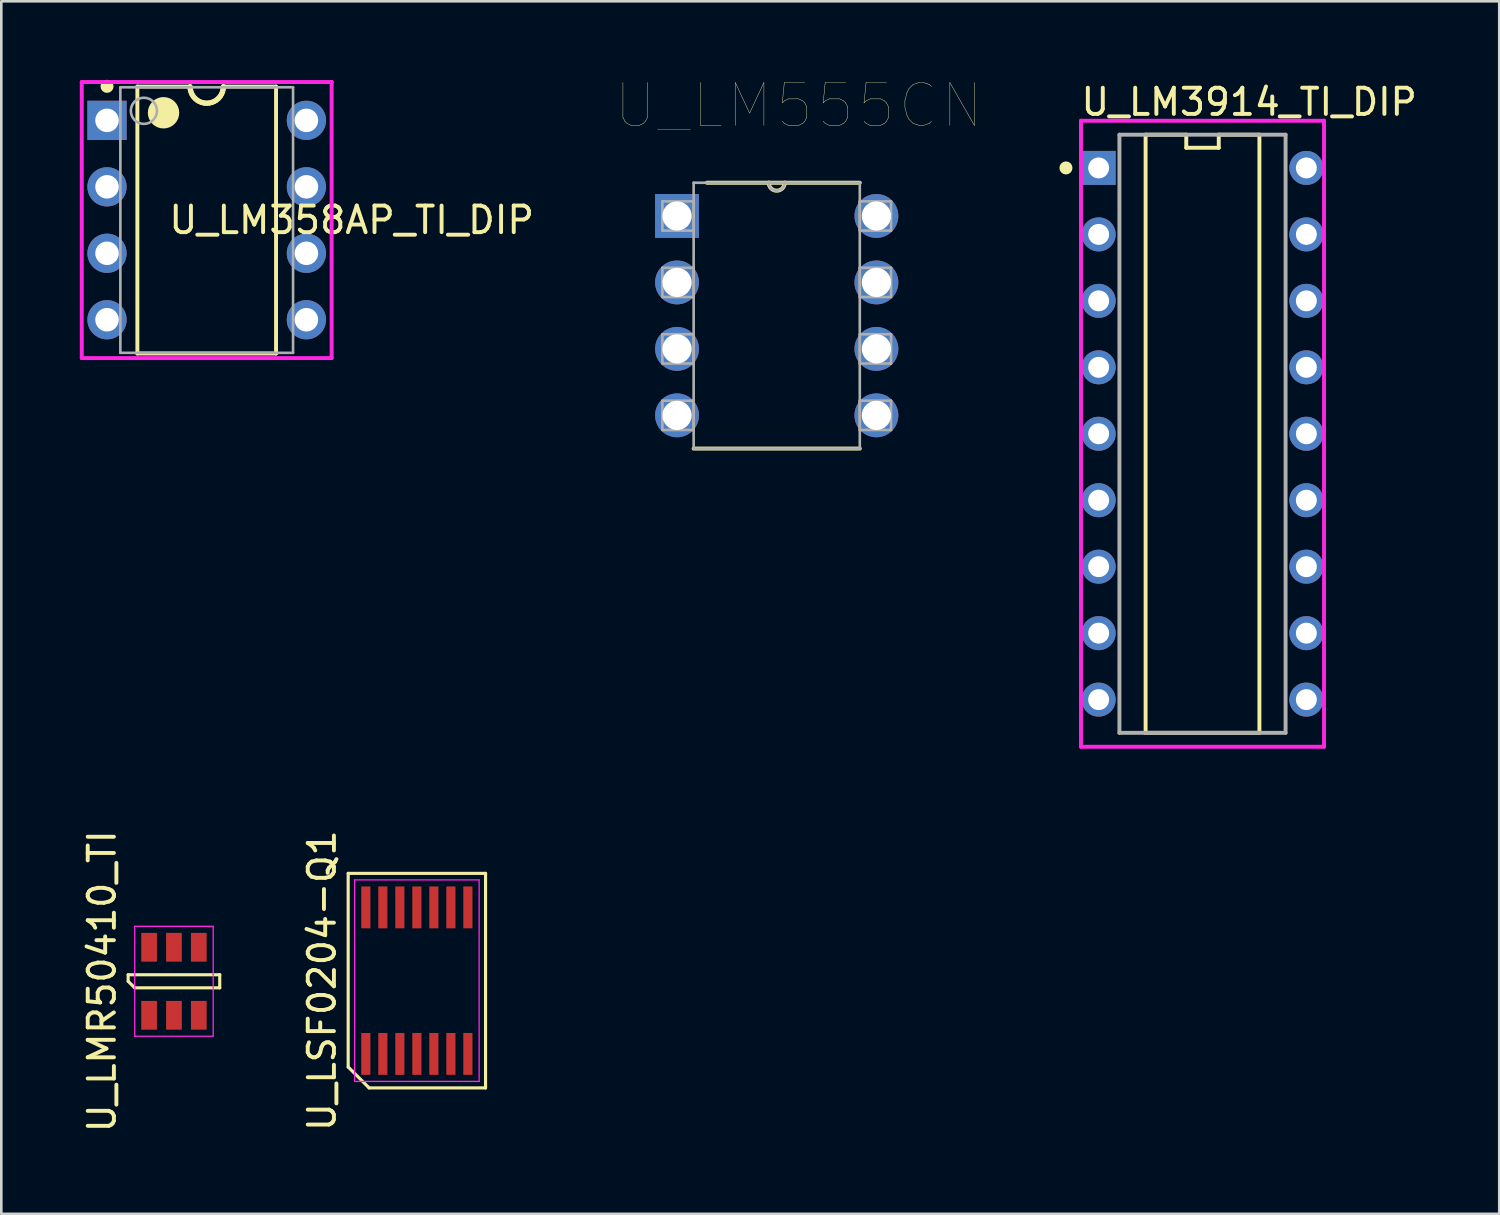
<source format=kicad_pcb>
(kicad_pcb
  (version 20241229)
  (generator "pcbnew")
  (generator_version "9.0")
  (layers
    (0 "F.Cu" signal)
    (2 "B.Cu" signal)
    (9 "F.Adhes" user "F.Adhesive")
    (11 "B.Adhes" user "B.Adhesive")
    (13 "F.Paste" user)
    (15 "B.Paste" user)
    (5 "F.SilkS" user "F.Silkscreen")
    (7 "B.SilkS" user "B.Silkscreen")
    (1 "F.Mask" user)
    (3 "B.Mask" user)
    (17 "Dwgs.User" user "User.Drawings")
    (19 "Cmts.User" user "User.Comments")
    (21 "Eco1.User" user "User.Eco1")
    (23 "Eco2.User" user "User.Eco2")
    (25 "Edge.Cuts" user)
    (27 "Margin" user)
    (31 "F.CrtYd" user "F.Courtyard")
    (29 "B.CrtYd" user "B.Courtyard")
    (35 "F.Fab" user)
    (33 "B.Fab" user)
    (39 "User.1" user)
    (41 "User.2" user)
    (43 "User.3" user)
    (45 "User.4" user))
  (footprint "U_LSF0204-Q1"
    (layer "F.Cu")
    (at 12.882 34.429)
    (property "Reference" "U_LSF0204-Q1" (at -3.625 0 90) (layer "F.SilkS") (effects (font (size 1 1) (thickness 0.15))))
    (attr smd)
    (fp_line (start -2.625 -4.1) (end 2.625 -4.1) (stroke (width 0.12) (type solid)) (layer "F.SilkS"))
    (fp_line (start -2.625 3.3) (end -2.625 -4.1) (stroke (width 0.12) (type solid)) (layer "F.SilkS"))
    (fp_line (start -1.825 4.1) (end -2.625 3.3) (stroke (width 0.12) (type solid)) (layer "F.SilkS"))
    (fp_line (start 2.625 -4.1) (end 2.625 4.1) (stroke (width 0.12) (type solid)) (layer "F.SilkS"))
    (fp_line (start 2.625 4.1) (end -1.825 4.1) (stroke (width 0.12) (type solid)) (layer "F.SilkS"))
    (fp_line (start -2.38 -3.85) (end 2.38 -3.85) (stroke (width 0.05) (type solid)) (layer "F.CrtYd"))
    (fp_line (start -2.38 3.85) (end -2.38 -3.85) (stroke (width 0.05) (type solid)) (layer "F.CrtYd"))
    (fp_line (start 2.38 -3.85) (end 2.38 3.85) (stroke (width 0.05) (type solid)) (layer "F.CrtYd"))
    (fp_line (start 2.38 3.85) (end -2.38 3.85) (stroke (width 0.05) (type solid)) (layer "F.CrtYd"))
    (pad "1" smd rect (at -1.95 2.8) (size 0.35 1.6) (layers "F.Cu" "F.Mask" "F.Paste"))
    (pad "2" smd rect (at -1.3 2.8) (size 0.35 1.6) (layers "F.Cu" "F.Mask" "F.Paste"))
    (pad "3" smd rect (at -0.65 2.8) (size 0.35 1.6) (layers "F.Cu" "F.Mask" "F.Paste"))
    (pad "4" smd rect (at 0 2.8) (size 0.35 1.6) (layers "F.Cu" "F.Mask" "F.Paste"))
    (pad "5" smd rect (at 0.65 2.8) (size 0.35 1.6) (layers "F.Cu" "F.Mask" "F.Paste"))
    (pad "6" smd rect (at 1.3 2.8) (size 0.35 1.6) (layers "F.Cu" "F.Mask" "F.Paste"))
    (pad "7" smd rect (at 1.95 2.8) (size 0.35 1.6) (layers "F.Cu" "F.Mask" "F.Paste"))
    (pad "8" smd rect (at 1.95 -2.8) (size 0.35 1.6) (layers "F.Cu" "F.Mask" "F.Paste"))
    (pad "9" smd rect (at 1.3 -2.8) (size 0.35 1.6) (layers "F.Cu" "F.Mask" "F.Paste"))
    (pad "10" smd rect (at 0.65 -2.8) (size 0.35 1.6) (layers "F.Cu" "F.Mask" "F.Paste"))
    (pad "11" smd rect (at 0 -2.8) (size 0.35 1.6) (layers "F.Cu" "F.Mask" "F.Paste"))
    (pad "12" smd rect (at -0.65 -2.8) (size 0.35 1.6) (layers "F.Cu" "F.Mask" "F.Paste"))
    (pad "13" smd rect (at -1.3 -2.8) (size 0.35 1.6) (layers "F.Cu" "F.Mask" "F.Paste"))
    (pad "14" smd rect (at -1.95 -2.8) (size 0.35 1.6) (layers "F.Cu" "F.Mask" "F.Paste")))
  (footprint "U_LM358AP_TI_DIP"
    (layer "F.Cu")
    (at 4.85 5.36)
    (property "Reference" "U_LM358AP_TI_DIP" (at -1.524 0 0) (layer "F.SilkS") (effects (font (size 1.016 1.016) (thickness 0.15)) (justify left)))
    (attr through_hole)
    (fp_line (start -2.65 -5.1) (end -0.635 -5.1) (stroke (width 0.15) (type solid)) (layer "F.SilkS"))
    (fp_line (start -2.65 5.1) (end -2.65 -5.1) (stroke (width 0.15) (type solid)) (layer "F.SilkS"))
    (fp_line (start -2.65 5.1) (end 2.65 5.1) (stroke (width 0.15) (type solid)) (layer "F.SilkS"))
    (fp_line (start -0.635 -5.1) (end -0.627 -5.001) (stroke (width 0.2) (type solid)) (layer "F.SilkS"))
    (fp_line (start -0.627 -5.001) (end -0.604 -4.904) (stroke (width 0.2) (type solid)) (layer "F.SilkS"))
    (fp_line (start -0.604 -4.904) (end -0.566 -4.812) (stroke (width 0.2) (type solid)) (layer "F.SilkS"))
    (fp_line (start -0.566 -4.812) (end -0.514 -4.727) (stroke (width 0.2) (type solid)) (layer "F.SilkS"))
    (fp_line (start -0.514 -4.727) (end -0.449 -4.651) (stroke (width 0.2) (type solid)) (layer "F.SilkS"))
    (fp_line (start -0.449 -4.651) (end -0.373 -4.586) (stroke (width 0.2) (type solid)) (layer "F.SilkS"))
    (fp_line (start -0.373 -4.586) (end -0.288 -4.534) (stroke (width 0.2) (type solid)) (layer "F.SilkS"))
    (fp_line (start -0.288 -4.534) (end -0.196 -4.496) (stroke (width 0.2) (type solid)) (layer "F.SilkS"))
    (fp_line (start -0.196 -4.496) (end -0.099 -4.473) (stroke (width 0.2) (type solid)) (layer "F.SilkS"))
    (fp_line (start -0.099 -4.473) (end 0 -4.465) (stroke (width 0.2) (type solid)) (layer "F.SilkS"))
    (fp_line (start 0 -4.465) (end 0.099 -4.473) (stroke (width 0.2) (type solid)) (layer "F.SilkS"))
    (fp_line (start 0.099 -4.473) (end 0.196 -4.496) (stroke (width 0.2) (type solid)) (layer "F.SilkS"))
    (fp_line (start 0.196 -4.496) (end 0.288 -4.534) (stroke (width 0.2) (type solid)) (layer "F.SilkS"))
    (fp_line (start 0.288 -4.534) (end 0.373 -4.586) (stroke (width 0.2) (type solid)) (layer "F.SilkS"))
    (fp_line (start 0.373 -4.586) (end 0.449 -4.651) (stroke (width 0.2) (type solid)) (layer "F.SilkS"))
    (fp_line (start 0.449 -4.651) (end 0.514 -4.727) (stroke (width 0.2) (type solid)) (layer "F.SilkS"))
    (fp_line (start 0.514 -4.727) (end 0.566 -4.812) (stroke (width 0.2) (type solid)) (layer "F.SilkS"))
    (fp_line (start 0.566 -4.812) (end 0.604 -4.904) (stroke (width 0.2) (type solid)) (layer "F.SilkS"))
    (fp_line (start 0.604 -4.904) (end 0.627 -5.001) (stroke (width 0.2) (type solid)) (layer "F.SilkS"))
    (fp_line (start 0.627 -5.001) (end 0.635 -5.1) (stroke (width 0.2) (type solid)) (layer "F.SilkS"))
    (fp_line (start 0.635 -5.1) (end 2.65 -5.1) (stroke (width 0.15) (type solid)) (layer "F.SilkS"))
    (fp_line (start 2.65 5.1) (end 2.65 -5.1) (stroke (width 0.15) (type solid)) (layer "F.SilkS"))
    (fp_circle (center -3.81 -5.11) (end -3.685 -5.11) (stroke (width 0.25) (type solid)) (fill no) (layer "F.SilkS"))
    (fp_circle (center -1.65 -4.1) (end -1.35 -4.1) (stroke (width 0.6) (type solid)) (fill no) (layer "F.SilkS"))
    (fp_line (start -4.775 -5.275) (end -4.775 5.275) (stroke (width 0.15) (type solid)) (layer "F.CrtYd"))
    (fp_line (start -4.775 5.275) (end 4.775 5.275) (stroke (width 0.15) (type solid)) (layer "F.CrtYd"))
    (fp_line (start 4.775 -5.275) (end -4.775 -5.275) (stroke (width 0.15) (type solid)) (layer "F.CrtYd"))
    (fp_line (start 4.775 -5.275) (end 4.775 -5.275) (stroke (width 0.15) (type solid)) (layer "F.CrtYd"))
    (fp_line (start 4.775 5.275) (end 4.775 -5.275) (stroke (width 0.15) (type solid)) (layer "F.CrtYd"))
    (fp_line (start -3.3 -5.075) (end 3.3 -5.075) (stroke (width 0.1) (type solid)) (layer "F.Fab"))
    (fp_line (start -3.3 5.075) (end -3.3 -5.075) (stroke (width 0.1) (type solid)) (layer "F.Fab"))
    (fp_line (start -3.3 5.075) (end 3.3 5.075) (stroke (width 0.1) (type solid)) (layer "F.Fab"))
    (fp_line (start 3.3 5.075) (end 3.3 -5.075) (stroke (width 0.1) (type solid)) (layer "F.Fab"))
    (fp_circle (center -2.4 -4.175) (end -1.9 -4.175) (stroke (width 0.1) (type solid)) (fill no) (layer "F.Fab"))
    (pad "1" thru_hole rect (at -3.81 -3.81) (size 1.5 1.5) (drill 0.9) (layers "*.Cu" "*.Mask"))
    (pad "2" thru_hole circle (at -3.81 -1.27) (size 1.5 1.5) (drill 0.9) (layers "*.Cu" "*.Mask"))
    (pad "3" thru_hole circle (at -3.81 1.27) (size 1.5 1.5) (drill 0.9) (layers "*.Cu" "*.Mask"))
    (pad "4" thru_hole circle (at -3.81 3.81) (size 1.5 1.5) (drill 0.9) (layers "*.Cu" "*.Mask"))
    (pad "5" thru_hole circle (at 3.81 3.81) (size 1.5 1.5) (drill 0.9) (layers "*.Cu" "*.Mask"))
    (pad "6" thru_hole circle (at 3.81 1.27) (size 1.5 1.5) (drill 0.9) (layers "*.Cu" "*.Mask"))
    (pad "7" thru_hole circle (at 3.81 -1.27) (size 1.5 1.5) (drill 0.9) (layers "*.Cu" "*.Mask"))
    (pad "8" thru_hole circle (at 3.81 -3.81) (size 1.5 1.5) (drill 0.9) (layers "*.Cu" "*.Mask")))
  (footprint "U_LMR50410_TI"
    (layer "F.Cu")
    (at 3.598 34.453)
    (property "Reference" "U_LMR50410_TI" (at -2.75 0 90) (layer "F.SilkS") (effects (font (size 1 1) (thickness 0.15))))
    (attr through_hole)
    (fp_line (start -1.75 -0.25) (end 1.75 -0.25) (stroke (width 0.12) (type default)) (layer "F.SilkS"))
    (fp_line (start -1.75 0) (end -1.75 -0.25) (stroke (width 0.12) (type default)) (layer "F.SilkS"))
    (fp_line (start -1.5 0.25) (end -1.75 0) (stroke (width 0.12) (type default)) (layer "F.SilkS"))
    (fp_line (start 1.75 -0.25) (end 1.75 0.25) (stroke (width 0.12) (type default)) (layer "F.SilkS"))
    (fp_line (start 1.75 0.25) (end -1.5 0.25) (stroke (width 0.12) (type default)) (layer "F.SilkS"))
    (fp_line (start -1.5 -2.1) (end 1.5 -2.1) (stroke (width 0.05) (type default)) (layer "F.CrtYd"))
    (fp_line (start -1.5 2.1) (end -1.5 -2.1) (stroke (width 0.05) (type default)) (layer "F.CrtYd"))
    (fp_line (start 1.5 -2.1) (end 1.5 2.1) (stroke (width 0.05) (type default)) (layer "F.CrtYd"))
    (fp_line (start 1.5 2.1) (end -1.5 2.1) (stroke (width 0.05) (type default)) (layer "F.CrtYd"))
    (pad "1" smd rect (at -0.95 1.3) (size 0.6 1.1) (layers "F.Cu" "F.Mask" "F.Paste"))
    (pad "2" smd rect (at 0 1.3) (size 0.6 1.1) (layers "F.Cu" "F.Mask" "F.Paste"))
    (pad "3" smd rect (at 0.95 1.3) (size 0.6 1.1) (layers "F.Cu" "F.Mask" "F.Paste"))
    (pad "4" smd rect (at 0.95 -1.3) (size 0.6 1.1) (layers "F.Cu" "F.Mask" "F.Paste"))
    (pad "5" smd rect (at 0 -1.3) (size 0.6 1.1) (layers "F.Cu" "F.Mask" "F.Paste"))
    (pad "6" smd rect (at -0.95 -1.3) (size 0.6 1.1) (layers "F.Cu" "F.Mask" "F.Paste")))
  (footprint "U_LM555CN"
    (layer "F.Cu")
    (at 30.445 12.824)
    (property "Reference" "U_LM555CN" (at -2.972 -11.839 0) (layer "F.SilkS") (effects (font (size 1.64 1.64) (thickness 0.015))))
    (attr through_hole)
    (fp_line (start -6.985 1.27) (end -0.635 1.27) (stroke (width 0.152) (type solid)) (layer "F.SilkS"))
    (fp_line (start -4.115 -8.89) (end -6.477 -8.89) (stroke (width 0.152) (type solid)) (layer "F.SilkS"))
    (fp_line (start -3.505 -8.89) (end -4.115 -8.89) (stroke (width 0.152) (type solid)) (layer "F.SilkS"))
    (fp_line (start -0.635 -8.89) (end -3.505 -8.89) (stroke (width 0.152) (type solid)) (layer "F.SilkS"))
    (fp_arc (start -3.5052 -8.89) (mid -3.81 -8.5852) (end -4.1148 -8.89) (stroke (width 0.1524) (type solid)) (layer "F.SilkS"))
    (fp_line (start -8.179 -8.179) (end -8.179 -7.061) (stroke (width 0.1) (type solid)) (layer "F.Fab"))
    (fp_line (start -8.179 -7.061) (end -6.985 -7.061) (stroke (width 0.1) (type solid)) (layer "F.Fab"))
    (fp_line (start -8.179 -5.639) (end -8.179 -4.521) (stroke (width 0.1) (type solid)) (layer "F.Fab"))
    (fp_line (start -8.179 -4.521) (end -6.985 -4.521) (stroke (width 0.1) (type solid)) (layer "F.Fab"))
    (fp_line (start -8.179 -3.099) (end -8.179 -1.981) (stroke (width 0.1) (type solid)) (layer "F.Fab"))
    (fp_line (start -8.179 -1.981) (end -6.985 -1.981) (stroke (width 0.1) (type solid)) (layer "F.Fab"))
    (fp_line (start -8.179 -0.559) (end -8.179 0.559) (stroke (width 0.1) (type solid)) (layer "F.Fab"))
    (fp_line (start -8.179 0.559) (end -6.985 0.559) (stroke (width 0.1) (type solid)) (layer "F.Fab"))
    (fp_line (start -6.985 -8.89) (end -6.985 1.27) (stroke (width 0.1) (type solid)) (layer "F.Fab"))
    (fp_line (start -6.985 -8.179) (end -8.179 -8.179) (stroke (width 0.1) (type solid)) (layer "F.Fab"))
    (fp_line (start -6.985 -7.061) (end -6.985 -8.179) (stroke (width 0.1) (type solid)) (layer "F.Fab"))
    (fp_line (start -6.985 -5.639) (end -8.179 -5.639) (stroke (width 0.1) (type solid)) (layer "F.Fab"))
    (fp_line (start -6.985 -4.521) (end -6.985 -5.639) (stroke (width 0.1) (type solid)) (layer "F.Fab"))
    (fp_line (start -6.985 -3.099) (end -8.179 -3.099) (stroke (width 0.1) (type solid)) (layer "F.Fab"))
    (fp_line (start -6.985 -1.981) (end -6.985 -3.099) (stroke (width 0.1) (type solid)) (layer "F.Fab"))
    (fp_line (start -6.985 -0.559) (end -8.179 -0.559) (stroke (width 0.1) (type solid)) (layer "F.Fab"))
    (fp_line (start -6.985 0.559) (end -6.985 -0.559) (stroke (width 0.1) (type solid)) (layer "F.Fab"))
    (fp_line (start -6.985 1.27) (end -0.635 1.27) (stroke (width 0.1) (type solid)) (layer "F.Fab"))
    (fp_line (start -4.115 -8.89) (end -6.985 -8.89) (stroke (width 0.1) (type solid)) (layer "F.Fab"))
    (fp_line (start -3.505 -8.89) (end -4.115 -8.89) (stroke (width 0.1) (type solid)) (layer "F.Fab"))
    (fp_line (start -0.635 -8.89) (end -3.505 -8.89) (stroke (width 0.1) (type solid)) (layer "F.Fab"))
    (fp_line (start -0.635 -8.179) (end -0.635 -7.061) (stroke (width 0.1) (type solid)) (layer "F.Fab"))
    (fp_line (start -0.635 -7.061) (end 0.559 -7.061) (stroke (width 0.1) (type solid)) (layer "F.Fab"))
    (fp_line (start -0.635 -5.639) (end -0.635 -4.521) (stroke (width 0.1) (type solid)) (layer "F.Fab"))
    (fp_line (start -0.635 -4.521) (end 0.559 -4.521) (stroke (width 0.1) (type solid)) (layer "F.Fab"))
    (fp_line (start -0.635 -3.099) (end -0.635 -1.981) (stroke (width 0.1) (type solid)) (layer "F.Fab"))
    (fp_line (start -0.635 -1.981) (end 0.559 -1.981) (stroke (width 0.1) (type solid)) (layer "F.Fab"))
    (fp_line (start -0.635 -0.559) (end -0.635 0.559) (stroke (width 0.1) (type solid)) (layer "F.Fab"))
    (fp_line (start -0.635 0.559) (end 0.559 0.559) (stroke (width 0.1) (type solid)) (layer "F.Fab"))
    (fp_line (start -0.635 1.27) (end -0.635 -8.89) (stroke (width 0.1) (type solid)) (layer "F.Fab"))
    (fp_line (start 0.559 -8.179) (end -0.635 -8.179) (stroke (width 0.1) (type solid)) (layer "F.Fab"))
    (fp_line (start 0.559 -7.061) (end 0.559 -8.179) (stroke (width 0.1) (type solid)) (layer "F.Fab"))
    (fp_line (start 0.559 -5.639) (end -0.635 -5.639) (stroke (width 0.1) (type solid)) (layer "F.Fab"))
    (fp_line (start 0.559 -4.521) (end 0.559 -5.639) (stroke (width 0.1) (type solid)) (layer "F.Fab"))
    (fp_line (start 0.559 -3.099) (end -0.635 -3.099) (stroke (width 0.1) (type solid)) (layer "F.Fab"))
    (fp_line (start 0.559 -1.981) (end 0.559 -3.099) (stroke (width 0.1) (type solid)) (layer "F.Fab"))
    (fp_line (start 0.559 -0.559) (end -0.635 -0.559) (stroke (width 0.1) (type solid)) (layer "F.Fab"))
    (fp_line (start 0.559 0.559) (end 0.559 -0.559) (stroke (width 0.1) (type solid)) (layer "F.Fab"))
    (fp_arc (start -3.5052 -8.89) (mid -3.81 -8.5852) (end -4.1148 -8.89) (stroke (width 0.1) (type solid)) (layer "F.Fab"))
    (pad "1" thru_hole rect (at -7.62 -7.62) (size 1.676 1.676) (drill 1.118) (layers "*.Cu" "*.Mask"))
    (pad "2" thru_hole circle (at -7.62 -5.08) (size 1.676 1.676) (drill 1.118) (layers "*.Cu" "*.Mask"))
    (pad "3" thru_hole circle (at -7.62 -2.54) (size 1.676 1.676) (drill 1.118) (layers "*.Cu" "*.Mask"))
    (pad "4" thru_hole circle (at -7.62 0) (size 1.676 1.676) (drill 1.118) (layers "*.Cu" "*.Mask"))
    (pad "5" thru_hole circle (at 0 0) (size 1.676 1.676) (drill 1.118) (layers "*.Cu" "*.Mask"))
    (pad "6" thru_hole circle (at 0 -2.54) (size 1.676 1.676) (drill 1.118) (layers "*.Cu" "*.Mask"))
    (pad "7" thru_hole circle (at 0 -5.08) (size 1.676 1.676) (drill 1.118) (layers "*.Cu" "*.Mask"))
    (pad "8" thru_hole circle (at 0 -7.62) (size 1.676 1.676) (drill 1.118) (layers "*.Cu" "*.Mask")))
  (footprint "U_LM3914_TI_DIP"
    (layer "F.Cu")
    (at 42.908 13.528)
    (property "Reference" "U_LM3914_TI_DIP" (at -4.719 -12.68 0) (layer "F.SilkS") (effects (font (size 1 1) (thickness 0.15)) (justify left)))
    (attr through_hole)
    (fp_line (start -2.175 -11.43) (end -2.175 11.43) (stroke (width 0.15) (type solid)) (layer "F.SilkS"))
    (fp_line (start -2.175 11.43) (end 2.175 11.43) (stroke (width 0.15) (type solid)) (layer "F.SilkS"))
    (fp_line (start -0.621 -11.43) (end -2.175 -11.43) (stroke (width 0.15) (type solid)) (layer "F.SilkS"))
    (fp_line (start -0.621 -10.93) (end -0.621 -11.43) (stroke (width 0.15) (type solid)) (layer "F.SilkS"))
    (fp_line (start 0.621 -11.43) (end 0.621 -10.93) (stroke (width 0.15) (type solid)) (layer "F.SilkS"))
    (fp_line (start 0.621 -10.93) (end -0.621 -10.93) (stroke (width 0.15) (type solid)) (layer "F.SilkS"))
    (fp_line (start 2.175 -11.43) (end 0.621 -11.43) (stroke (width 0.15) (type solid)) (layer "F.SilkS"))
    (fp_line (start 2.175 11.43) (end 2.175 -11.43) (stroke (width 0.15) (type solid)) (layer "F.SilkS"))
    (fp_circle (center -5.219 -10.16) (end -5.094 -10.16) (stroke (width 0.25) (type solid)) (fill no) (layer "F.SilkS"))
    (fp_line (start -4.644 -11.963) (end -4.644 11.963) (stroke (width 0.15) (type solid)) (layer "F.CrtYd"))
    (fp_line (start -4.644 11.963) (end 4.644 11.963) (stroke (width 0.15) (type solid)) (layer "F.CrtYd"))
    (fp_line (start 4.644 -11.963) (end -4.644 -11.963) (stroke (width 0.15) (type solid)) (layer "F.CrtYd"))
    (fp_line (start 4.644 -11.963) (end 4.644 -11.963) (stroke (width 0.15) (type solid)) (layer "F.CrtYd"))
    (fp_line (start 4.644 11.963) (end 4.644 -11.963) (stroke (width 0.15) (type solid)) (layer "F.CrtYd"))
    (fp_line (start -3.175 -11.43) (end 3.175 -11.43) (stroke (width 0.15) (type solid)) (layer "F.Fab"))
    (fp_line (start -3.175 11.43) (end -3.175 -11.43) (stroke (width 0.15) (type solid)) (layer "F.Fab"))
    (fp_line (start 3.175 -11.43) (end 3.175 11.43) (stroke (width 0.15) (type solid)) (layer "F.Fab"))
    (fp_line (start 3.175 11.43) (end -3.175 11.43) (stroke (width 0.15) (type solid)) (layer "F.Fab"))
    (pad "1" thru_hole rect (at -3.969 -10.16) (size 1.3 1.3) (drill 0.8) (layers "*.Cu" "*.Mask"))
    (pad "2" thru_hole circle (at -3.969 -7.62) (size 1.3 1.3) (drill 0.8) (layers "*.Cu" "*.Mask"))
    (pad "3" thru_hole circle (at -3.969 -5.08) (size 1.3 1.3) (drill 0.8) (layers "*.Cu" "*.Mask"))
    (pad "4" thru_hole circle (at -3.969 -2.54) (size 1.3 1.3) (drill 0.8) (layers "*.Cu" "*.Mask"))
    (pad "5" thru_hole circle (at -3.969 0) (size 1.3 1.3) (drill 0.8) (layers "*.Cu" "*.Mask"))
    (pad "6" thru_hole circle (at -3.969 2.54) (size 1.3 1.3) (drill 0.8) (layers "*.Cu" "*.Mask"))
    (pad "7" thru_hole circle (at -3.969 5.08) (size 1.3 1.3) (drill 0.8) (layers "*.Cu" "*.Mask"))
    (pad "8" thru_hole circle (at -3.969 7.62) (size 1.3 1.3) (drill 0.8) (layers "*.Cu" "*.Mask"))
    (pad "9" thru_hole circle (at -3.969 10.16) (size 1.3 1.3) (drill 0.8) (layers "*.Cu" "*.Mask"))
    (pad "10" thru_hole circle (at 3.969 10.16) (size 1.3 1.3) (drill 0.8) (layers "*.Cu" "*.Mask"))
    (pad "11" thru_hole circle (at 3.969 7.62) (size 1.3 1.3) (drill 0.8) (layers "*.Cu" "*.Mask"))
    (pad "12" thru_hole circle (at 3.969 5.08) (size 1.3 1.3) (drill 0.8) (layers "*.Cu" "*.Mask"))
    (pad "13" thru_hole circle (at 3.969 2.54) (size 1.3 1.3) (drill 0.8) (layers "*.Cu" "*.Mask"))
    (pad "14" thru_hole circle (at 3.969 0) (size 1.3 1.3) (drill 0.8) (layers "*.Cu" "*.Mask"))
    (pad "15" thru_hole circle (at 3.969 -2.54) (size 1.3 1.3) (drill 0.8) (layers "*.Cu" "*.Mask"))
    (pad "16" thru_hole circle (at 3.969 -5.08) (size 1.3 1.3) (drill 0.8) (layers "*.Cu" "*.Mask"))
    (pad "17" thru_hole circle (at 3.969 -7.62) (size 1.3 1.3) (drill 0.8) (layers "*.Cu" "*.Mask"))
    (pad "18" thru_hole circle (at 3.969 -10.16) (size 1.3 1.3) (drill 0.8) (layers "*.Cu" "*.Mask")))
  (gr_rect
    (start -3 -3)
    (end 54.249 43.34)
    (stroke (width 0.1) (type default))
    (fill no)
    (layer "Edge.Cuts")))
</source>
